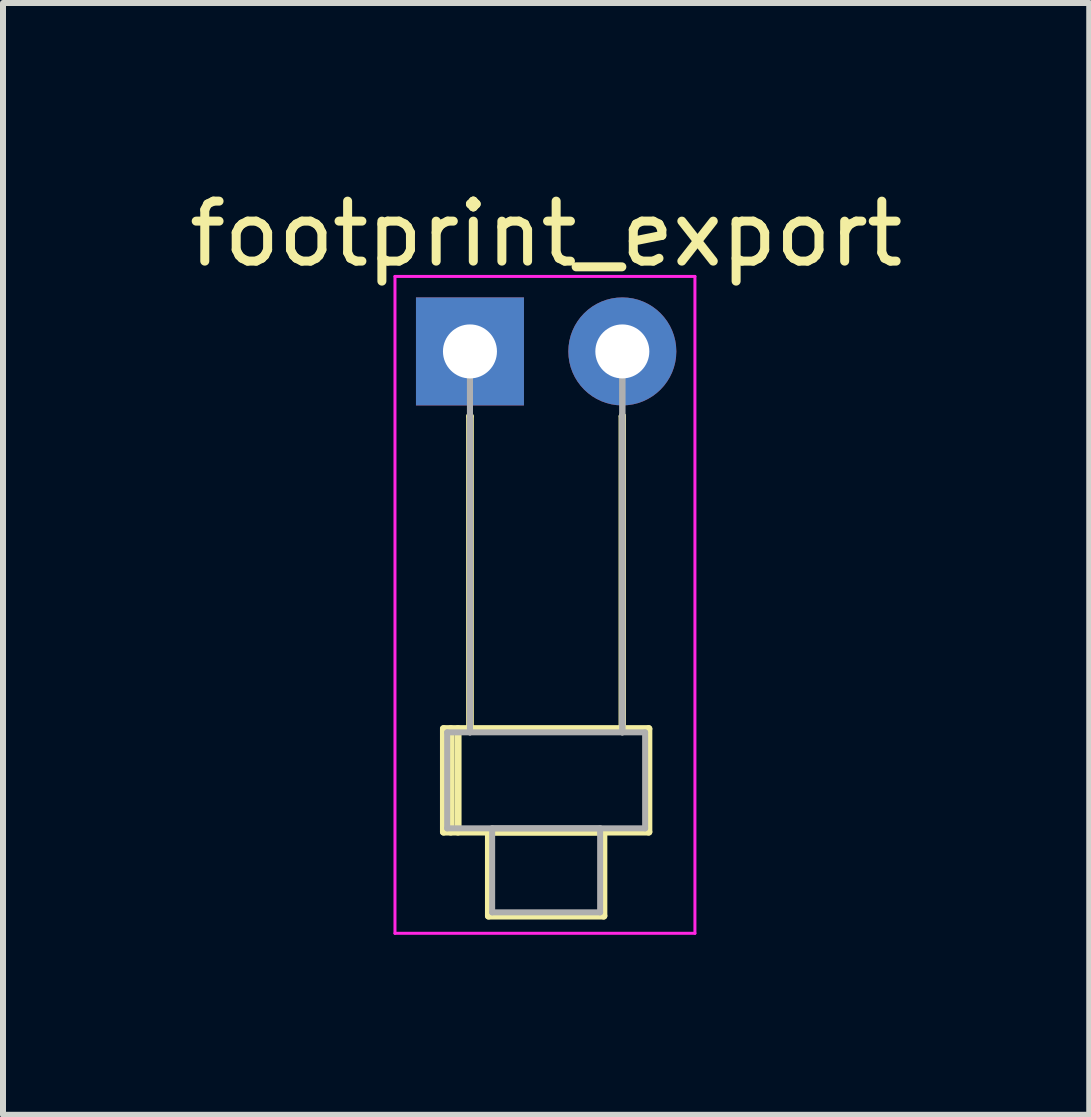
<source format=kicad_pcb>
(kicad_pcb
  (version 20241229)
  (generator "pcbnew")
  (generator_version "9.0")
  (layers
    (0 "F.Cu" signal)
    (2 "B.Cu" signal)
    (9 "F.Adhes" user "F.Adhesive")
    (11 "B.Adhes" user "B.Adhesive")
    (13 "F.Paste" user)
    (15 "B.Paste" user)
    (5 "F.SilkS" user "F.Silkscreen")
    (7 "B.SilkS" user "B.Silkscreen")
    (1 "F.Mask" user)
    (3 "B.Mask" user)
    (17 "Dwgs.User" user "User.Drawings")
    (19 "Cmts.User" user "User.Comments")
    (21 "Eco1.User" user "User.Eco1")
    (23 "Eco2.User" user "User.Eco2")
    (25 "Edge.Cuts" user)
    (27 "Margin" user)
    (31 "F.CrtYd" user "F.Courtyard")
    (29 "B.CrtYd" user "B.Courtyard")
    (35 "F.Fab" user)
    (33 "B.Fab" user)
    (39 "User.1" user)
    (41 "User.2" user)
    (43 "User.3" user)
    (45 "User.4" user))
  (footprint "footprint_export"
    (layer "F.Cu")
    (at 4.784 2.808)
    (property "Reference" "footprint_export" (at 1.27 -1.96 0) (layer "F.SilkS") (effects (font (size 1 1) (thickness 0.15))))
    (attr through_hole)
    (fp_line (start -0.44 6.29) (end -0.44 8.01) (stroke (width 0.12) (type solid)) (layer "F.SilkS"))
    (fp_line (start -0.44 8.01) (end 2.98 8.01) (stroke (width 0.12) (type solid)) (layer "F.SilkS"))
    (fp_line (start -0.32 6.29) (end -0.32 8.01) (stroke (width 0.12) (type solid)) (layer "F.SilkS"))
    (fp_line (start -0.2 6.29) (end -0.2 8.01) (stroke (width 0.12) (type solid)) (layer "F.SilkS"))
    (fp_line (start 0 1.08) (end 0 1.08) (stroke (width 0.12) (type solid)) (layer "F.SilkS"))
    (fp_line (start 0 1.08) (end 0 6.29) (stroke (width 0.12) (type solid)) (layer "F.SilkS"))
    (fp_line (start 0 6.29) (end 0 1.08) (stroke (width 0.12) (type solid)) (layer "F.SilkS"))
    (fp_line (start 0 6.29) (end 0 6.29) (stroke (width 0.12) (type solid)) (layer "F.SilkS"))
    (fp_line (start 0.31 8.01) (end 0.31 9.41) (stroke (width 0.12) (type solid)) (layer "F.SilkS"))
    (fp_line (start 0.31 9.41) (end 2.23 9.41) (stroke (width 0.12) (type solid)) (layer "F.SilkS"))
    (fp_line (start 2.23 8.01) (end 0.31 8.01) (stroke (width 0.12) (type solid)) (layer "F.SilkS"))
    (fp_line (start 2.23 9.41) (end 2.23 8.01) (stroke (width 0.12) (type solid)) (layer "F.SilkS"))
    (fp_line (start 2.54 1.08) (end 2.54 1.08) (stroke (width 0.12) (type solid)) (layer "F.SilkS"))
    (fp_line (start 2.54 1.08) (end 2.54 6.29) (stroke (width 0.12) (type solid)) (layer "F.SilkS"))
    (fp_line (start 2.54 6.29) (end 2.54 1.08) (stroke (width 0.12) (type solid)) (layer "F.SilkS"))
    (fp_line (start 2.54 6.29) (end 2.54 6.29) (stroke (width 0.12) (type solid)) (layer "F.SilkS"))
    (fp_line (start 2.98 6.29) (end -0.44 6.29) (stroke (width 0.12) (type solid)) (layer "F.SilkS"))
    (fp_line (start 2.98 8.01) (end 2.98 6.29) (stroke (width 0.12) (type solid)) (layer "F.SilkS"))
    (fp_line (start -1.25 -1.25) (end -1.25 9.7) (stroke (width 0.05) (type solid)) (layer "F.CrtYd"))
    (fp_line (start -1.25 9.7) (end 3.75 9.7) (stroke (width 0.05) (type solid)) (layer "F.CrtYd"))
    (fp_line (start 3.75 -1.25) (end -1.25 -1.25) (stroke (width 0.05) (type solid)) (layer "F.CrtYd"))
    (fp_line (start 3.75 9.7) (end 3.75 -1.25) (stroke (width 0.05) (type solid)) (layer "F.CrtYd"))
    (fp_line (start -0.38 6.35) (end -0.38 7.95) (stroke (width 0.1) (type solid)) (layer "F.Fab"))
    (fp_line (start -0.38 7.95) (end 2.92 7.95) (stroke (width 0.1) (type solid)) (layer "F.Fab"))
    (fp_line (start 0 0) (end 0 0) (stroke (width 0.1) (type solid)) (layer "F.Fab"))
    (fp_line (start 0 0) (end 0 6.35) (stroke (width 0.1) (type solid)) (layer "F.Fab"))
    (fp_line (start 0 6.35) (end 0 0) (stroke (width 0.1) (type solid)) (layer "F.Fab"))
    (fp_line (start 0 6.35) (end 0 6.35) (stroke (width 0.1) (type solid)) (layer "F.Fab"))
    (fp_line (start 0.37 7.95) (end 0.37 9.35) (stroke (width 0.1) (type solid)) (layer "F.Fab"))
    (fp_line (start 0.37 9.35) (end 2.17 9.35) (stroke (width 0.1) (type solid)) (layer "F.Fab"))
    (fp_line (start 2.17 7.95) (end 0.37 7.95) (stroke (width 0.1) (type solid)) (layer "F.Fab"))
    (fp_line (start 2.17 9.35) (end 2.17 7.95) (stroke (width 0.1) (type solid)) (layer "F.Fab"))
    (fp_line (start 2.54 0) (end 2.54 0) (stroke (width 0.1) (type solid)) (layer "F.Fab"))
    (fp_line (start 2.54 0) (end 2.54 6.35) (stroke (width 0.1) (type solid)) (layer "F.Fab"))
    (fp_line (start 2.54 6.35) (end 2.54 0) (stroke (width 0.1) (type solid)) (layer "F.Fab"))
    (fp_line (start 2.54 6.35) (end 2.54 6.35) (stroke (width 0.1) (type solid)) (layer "F.Fab"))
    (fp_line (start 2.92 6.35) (end -0.38 6.35) (stroke (width 0.1) (type solid)) (layer "F.Fab"))
    (fp_line (start 2.92 7.95) (end 2.92 6.35) (stroke (width 0.1) (type solid)) (layer "F.Fab"))
    (pad "1" thru_hole rect (at 0 0) (size 1.8 1.8) (drill 0.9) (layers "*.Cu" "*.Mask"))
    (pad "2" thru_hole circle (at 2.54 0) (size 1.8 1.8) (drill 0.9) (layers "*.Cu" "*.Mask")))
  (gr_rect
    (start -3 -3)
    (end 15.107 15.533)
    (stroke (width 0.1) (type default))
    (fill no)
    (layer "Edge.Cuts")))
</source>
